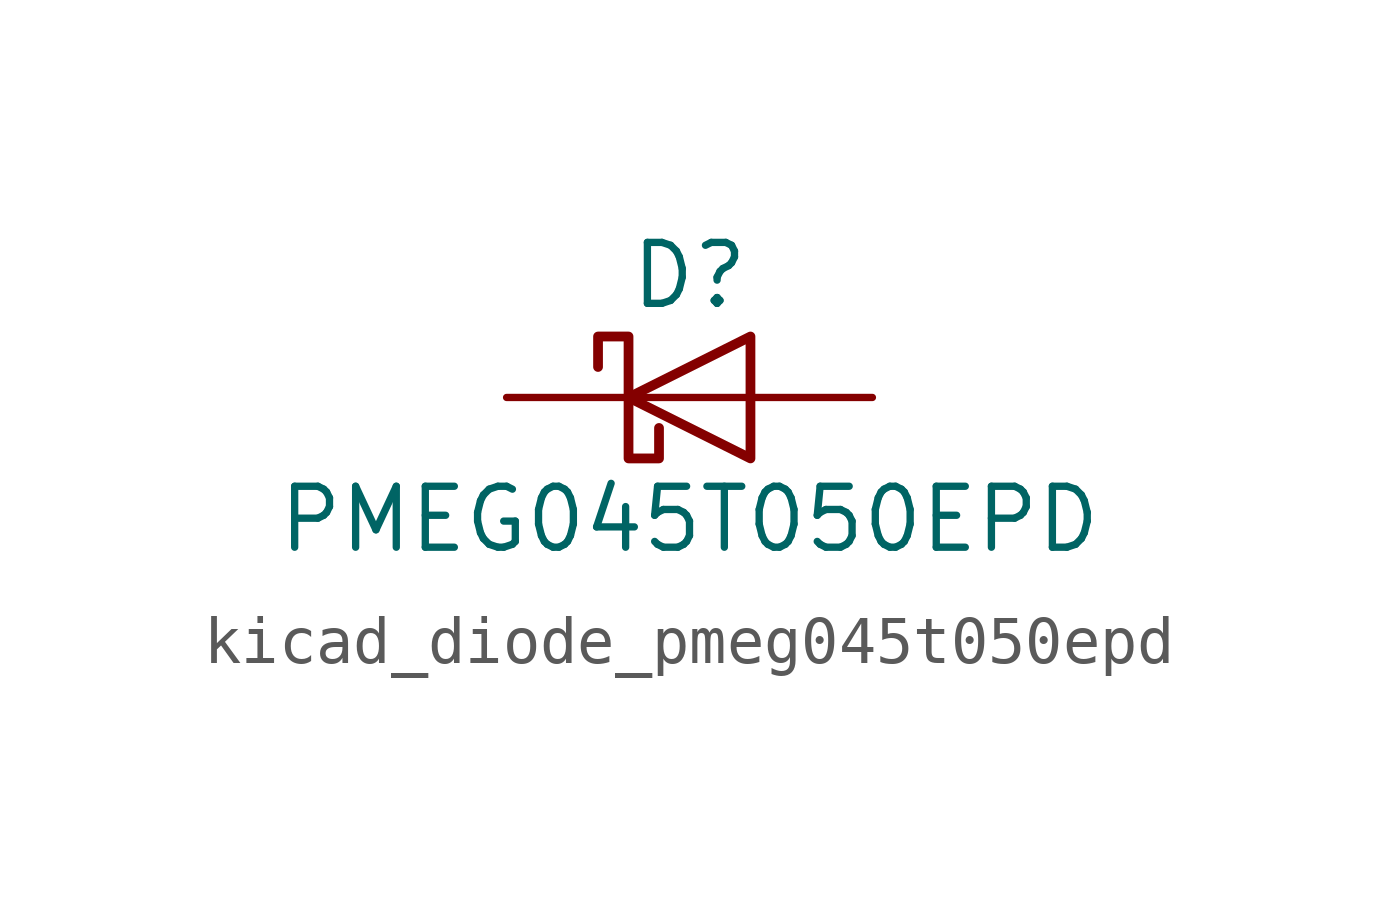
<source format=kicad_sym>
(kicad_symbol_lib
  (version 20220914)
  (generator kicad_symbol_editor)
  (symbol "kicad_diode_pmeg045t050epd"
    (pin_numbers hide)
    (pin_names hide)
    (property "Reference" "D"
      (at 0 2.54 0)
      (effects (font (size 1.27 1.27))))
    (property "Value" "PMEG045T050EPD"
      (at 0 -2.54 0)
      (effects (font (size 1.27 1.27))))
    (symbol "kicad_diode_pmeg045t050epd_0_1"
      (polyline (pts (xy 1.27 0) (xy -1.27 0)) (stroke (width 0) (type default)) (fill (type none)))
      (polyline (pts (xy 1.27 1.27) (xy 1.27 -1.27) (xy -1.27 0) (xy 1.27 1.27)) (stroke (width 0.203) (type default)) (fill (type none)))
      (polyline (pts (xy -1.905 0.635) (xy -1.905 1.27) (xy -1.27 1.27) (xy -1.27 -1.27) (xy -0.635 -1.27) (xy -0.635 -0.635)) (stroke (width 0.203) (type default)) (fill (type none))))
    (symbol "kicad_diode_pmeg045t050epd_1_1"
      (pin passive line (at 3.81 0 180) (length 2.54) (name "A" (effects (font (size 1.27 1.27)))) (number "1" (effects (font (size 1.27 1.27)))))
      (pin passive line (at 3.81 0 180) (length 2.54) hide (name "A" (effects (font (size 1.27 1.27)))) (number "2" (effects (font (size 1.27 1.27)))))
      (pin passive line (at -3.81 0 0) (length 2.54) (name "K" (effects (font (size 1.27 1.27)))) (number "3" (effects (font (size 1.27 1.27))))))))
</source>
